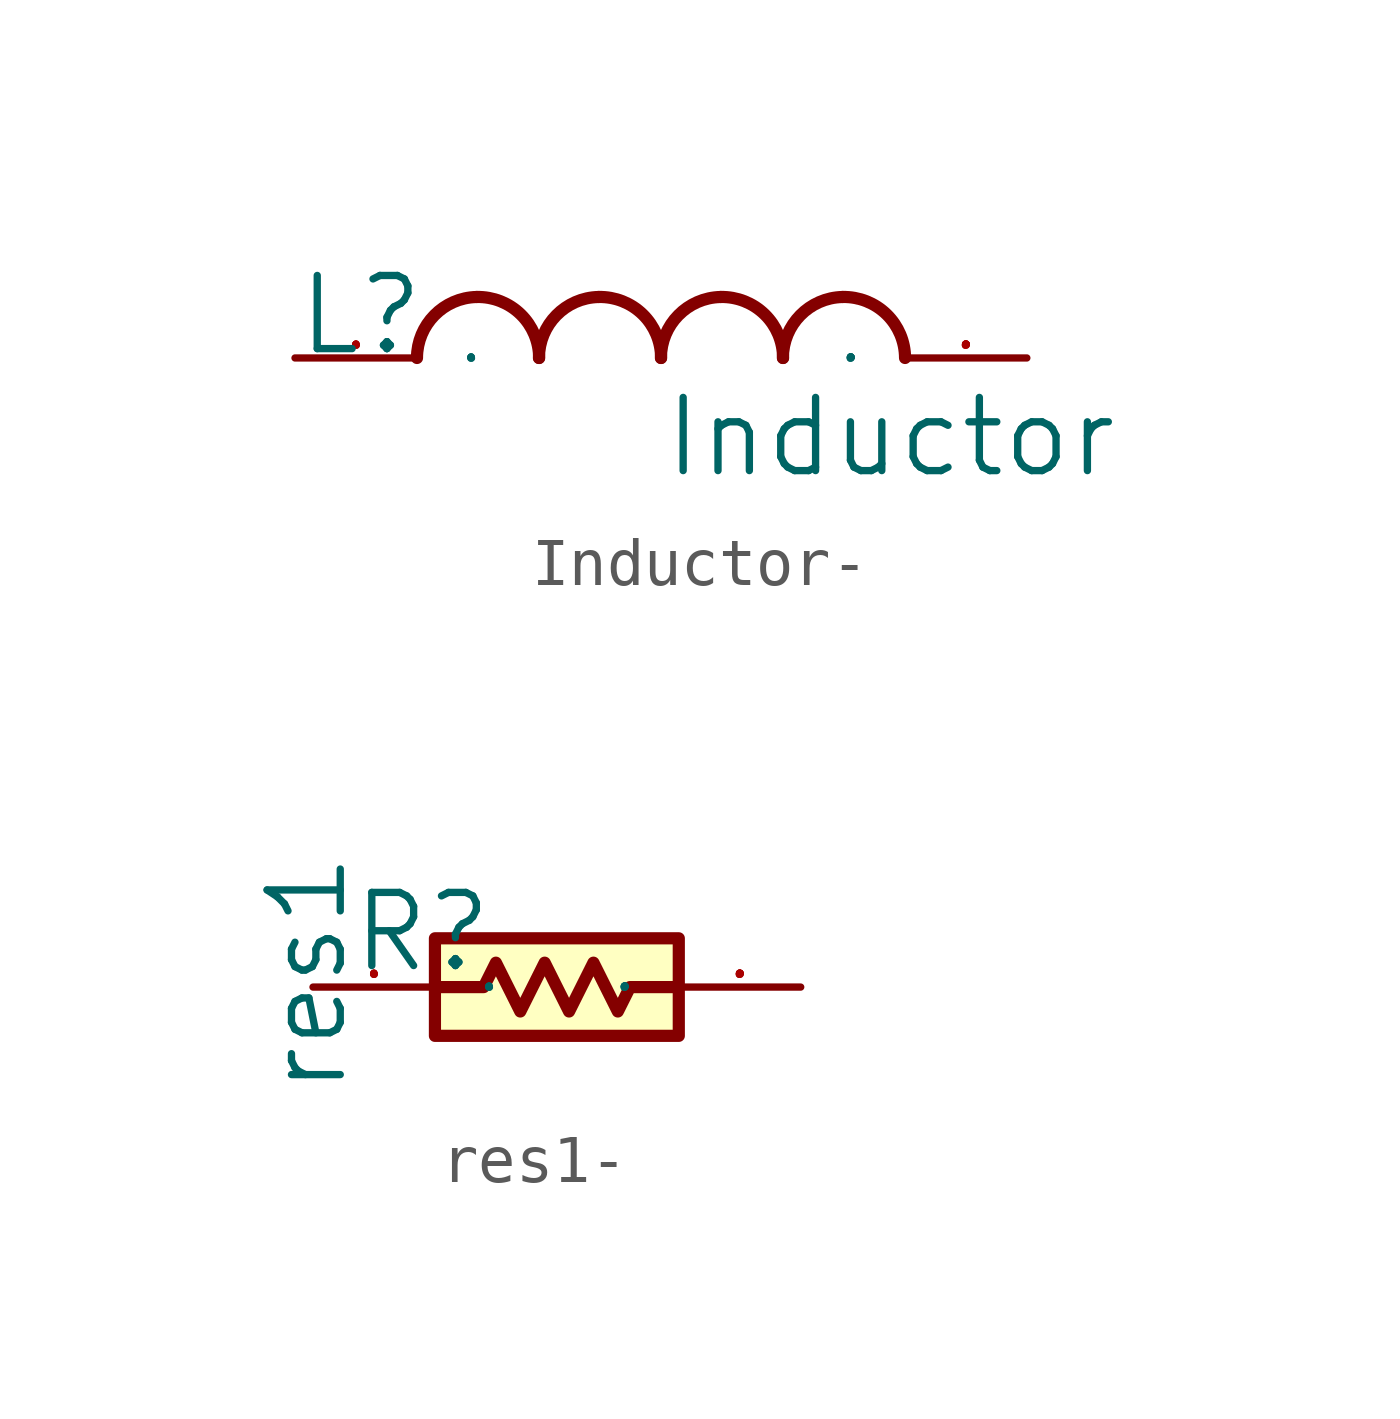
<source format=kicad_sym>
(kicad_symbol_lib
  (version 20220914)
  (generator kicad_symbol_editor)
  (symbol "Inductor-"
    (pin_names
      (offset 1.016))
    (property "Reference" "L"
      (at -2.54 -2.54 0)
      (effects (font (size 1.524 1.524)) (justify left bottom)))
    (property "Value" "Inductor"
      (at 5.08 -5.08 0)
      (effects (font (size 1.524 1.524)) (justify left bottom)))
    (property "Footprint" ""
      (at 0 0 0)
      (effects (font (size 1.524 1.524))))
    (property "Datasheet" ""
      (at 0 0 0)
      (effects (font (size 1.524 1.524))))
    (symbol "Inductor-_0_1"
      (pin passive line (at -2.54 -2.54 0) (length 2.54) (name "1" (effects (font (size 0.025 0.025)))) (number "1" (effects (font (size 0.025 0.025)))))
      (pin passive line (at 12.7 -2.54 180) (length 2.54) (name "2" (effects (font (size 0.025 0.025)))) (number "2" (effects (font (size 0.025 0.025))))))
    (symbol "Inductor-_1_1"
      (arc (start 1.2446 -1.27) (mid 0.3629 -1.6508) (end 0 -2.54) (stroke (width 0.254) (type solid)) (fill (type none)))
      (arc (start 2.54 -2.54) (mid 2.159 -1.633) (end 1.2446 -1.27) (stroke (width 0.254) (type solid)) (fill (type none)))
      (arc (start 3.7846 -1.27) (mid 2.9029 -1.6508) (end 2.54 -2.54) (stroke (width 0.254) (type solid)) (fill (type none)))
      (arc (start 5.08 -2.54) (mid 4.699 -1.633) (end 3.7846 -1.27) (stroke (width 0.254) (type solid)) (fill (type none)))
      (arc (start 6.3246 -1.27) (mid 5.4429 -1.6508) (end 5.08 -2.54) (stroke (width 0.254) (type solid)) (fill (type none)))
      (arc (start 7.62 -2.54) (mid 7.239 -1.633) (end 6.3246 -1.27) (stroke (width 0.254) (type solid)) (fill (type none)))
      (arc (start 8.8646 -1.27) (mid 7.9829 -1.6508) (end 7.62 -2.54) (stroke (width 0.254) (type solid)) (fill (type none)))
      (arc (start 10.16 -2.54) (mid 9.779 -1.633) (end 8.8646 -1.27) (stroke (width 0.254) (type solid)) (fill (type none)))))
  (symbol "res1-"
    (pin_names
      (offset 1.016))
    (property "Reference" "R"
      (at -1.778 -2.286 0)
      (effects (font (size 1.524 1.524)) (justify left bottom)))
    (property "Value" "res1"
      (at -1.778 -4.826 90)
      (effects (font (size 1.524 1.524)) (justify left bottom)))
    (property "Footprint" ""
      (at 0 0 0)
      (effects (font (size 1.524 1.524))))
    (property "Datasheet" ""
      (at 0 0 0)
      (effects (font (size 1.524 1.524))))
    (symbol "res1-_0_1"
      (polyline (pts (xy 5.08 -2.54) (xy 4.064 -2.54) (xy 3.81 -3.048) (xy 3.302 -2.032) (xy 2.794 -3.048) (xy 2.286 -2.032) (xy 1.778 -3.048) (xy 1.27 -2.032) (xy 1.016 -2.54) (xy 0 -2.54)) (stroke (width 0.254) (type solid)) (fill (type none)))
      (rectangle (start 5.08 -3.556) (end 0 -1.524) (stroke (width 0.254) (type solid)) (fill (type background)))
      (pin passive line (at -2.54 -2.54 0) (length 2.54) (name "1" (effects (font (size 0.025 0.025)))) (number "1" (effects (font (size 0.025 0.025)))))
      (pin passive line (at 7.62 -2.54 180) (length 2.54) (name "2" (effects (font (size 0.025 0.025)))) (number "2" (effects (font (size 0.025 0.025))))))))
</source>
